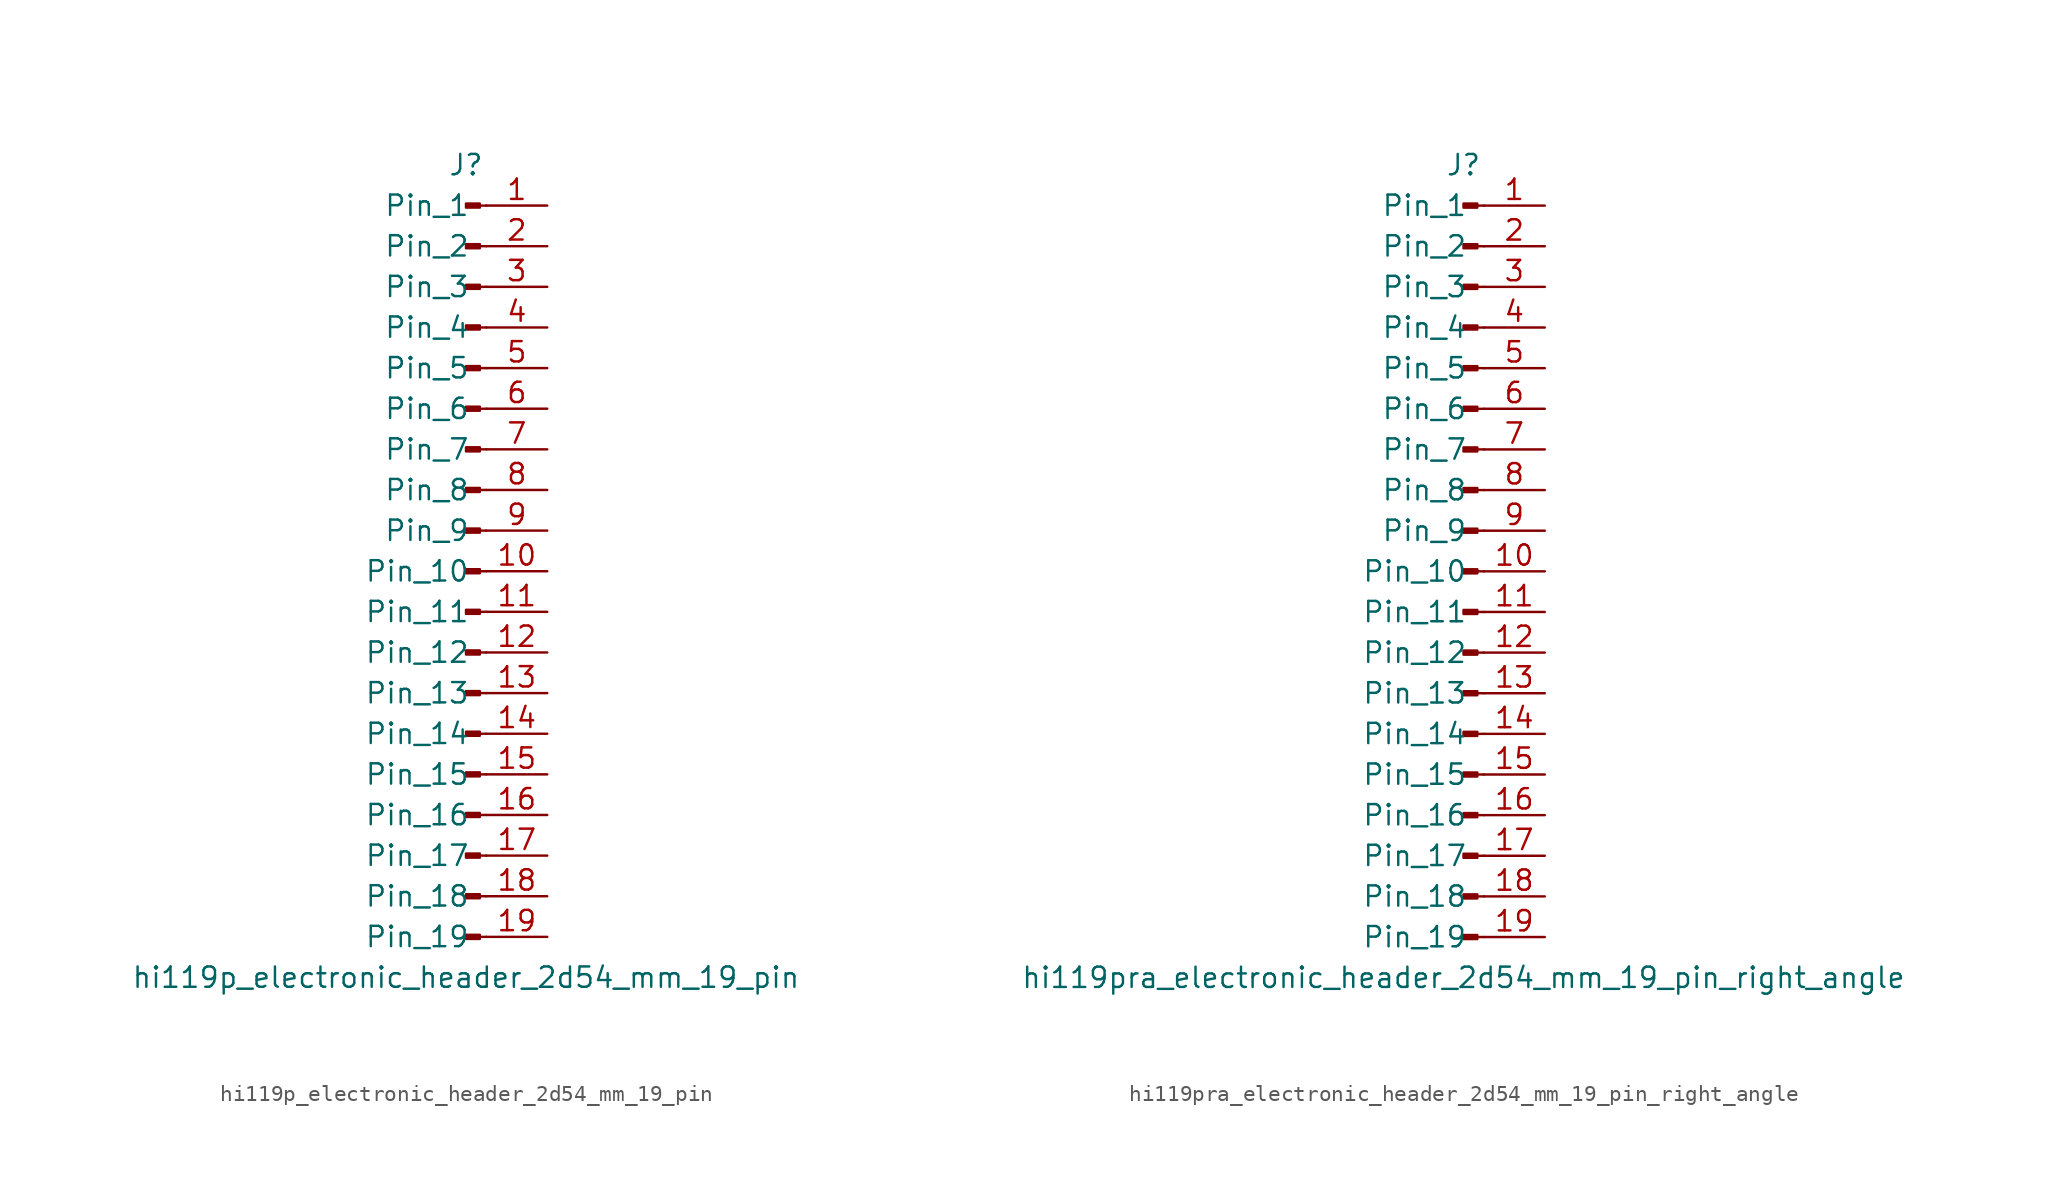
<source format=kicad_sym>
(kicad_symbol_lib
  (version 20220914)
  (generator kicad_symbol_editor)
  (symbol "hi119p_electronic_header_2d54_mm_19_pin"
    (pin_names
      (offset 1.016))
    (property "Reference" "J"
      (at 0 25.4 0)
      (effects (font (size 1.27 1.27))))
    (property "Value" "hi119p_electronic_header_2d54_mm_19_pin"
      (at 0 -25.4 0)
      (effects (font (size 1.27 1.27))))
    (property "ki_locked" ""
      (at 0 0 0)
      (effects (font (size 1.27 1.27))))
    (symbol "hi119p_electronic_header_2d54_mm_19_pin_1_1"
      (polyline (pts (xy 1.27 -22.86) (xy 0.864 -22.86)) (stroke (width 0.152) (type default)) (fill (type none)))
      (polyline (pts (xy 1.27 -20.32) (xy 0.864 -20.32)) (stroke (width 0.152) (type default)) (fill (type none)))
      (polyline (pts (xy 1.27 -17.78) (xy 0.864 -17.78)) (stroke (width 0.152) (type default)) (fill (type none)))
      (polyline (pts (xy 1.27 -15.24) (xy 0.864 -15.24)) (stroke (width 0.152) (type default)) (fill (type none)))
      (polyline (pts (xy 1.27 -12.7) (xy 0.864 -12.7)) (stroke (width 0.152) (type default)) (fill (type none)))
      (polyline (pts (xy 1.27 -10.16) (xy 0.864 -10.16)) (stroke (width 0.152) (type default)) (fill (type none)))
      (polyline (pts (xy 1.27 -7.62) (xy 0.864 -7.62)) (stroke (width 0.152) (type default)) (fill (type none)))
      (polyline (pts (xy 1.27 -5.08) (xy 0.864 -5.08)) (stroke (width 0.152) (type default)) (fill (type none)))
      (polyline (pts (xy 1.27 -2.54) (xy 0.864 -2.54)) (stroke (width 0.152) (type default)) (fill (type none)))
      (polyline (pts (xy 1.27 0) (xy 0.864 0)) (stroke (width 0.152) (type default)) (fill (type none)))
      (polyline (pts (xy 1.27 2.54) (xy 0.864 2.54)) (stroke (width 0.152) (type default)) (fill (type none)))
      (polyline (pts (xy 1.27 5.08) (xy 0.864 5.08)) (stroke (width 0.152) (type default)) (fill (type none)))
      (polyline (pts (xy 1.27 7.62) (xy 0.864 7.62)) (stroke (width 0.152) (type default)) (fill (type none)))
      (polyline (pts (xy 1.27 10.16) (xy 0.864 10.16)) (stroke (width 0.152) (type default)) (fill (type none)))
      (polyline (pts (xy 1.27 12.7) (xy 0.864 12.7)) (stroke (width 0.152) (type default)) (fill (type none)))
      (polyline (pts (xy 1.27 15.24) (xy 0.864 15.24)) (stroke (width 0.152) (type default)) (fill (type none)))
      (polyline (pts (xy 1.27 17.78) (xy 0.864 17.78)) (stroke (width 0.152) (type default)) (fill (type none)))
      (polyline (pts (xy 1.27 20.32) (xy 0.864 20.32)) (stroke (width 0.152) (type default)) (fill (type none)))
      (polyline (pts (xy 1.27 22.86) (xy 0.864 22.86)) (stroke (width 0.152) (type default)) (fill (type none)))
      (rectangle (start 0.864 -22.733) (end 0 -22.987) (stroke (width 0.152) (type default)) (fill (type outline)))
      (rectangle (start 0.864 -20.193) (end 0 -20.447) (stroke (width 0.152) (type default)) (fill (type outline)))
      (rectangle (start 0.864 -17.653) (end 0 -17.907) (stroke (width 0.152) (type default)) (fill (type outline)))
      (rectangle (start 0.864 -15.113) (end 0 -15.367) (stroke (width 0.152) (type default)) (fill (type outline)))
      (rectangle (start 0.864 -12.573) (end 0 -12.827) (stroke (width 0.152) (type default)) (fill (type outline)))
      (rectangle (start 0.864 -10.033) (end 0 -10.287) (stroke (width 0.152) (type default)) (fill (type outline)))
      (rectangle (start 0.864 -7.493) (end 0 -7.747) (stroke (width 0.152) (type default)) (fill (type outline)))
      (rectangle (start 0.864 -4.953) (end 0 -5.207) (stroke (width 0.152) (type default)) (fill (type outline)))
      (rectangle (start 0.864 -2.413) (end 0 -2.667) (stroke (width 0.152) (type default)) (fill (type outline)))
      (rectangle (start 0.864 0.127) (end 0 -0.127) (stroke (width 0.152) (type default)) (fill (type outline)))
      (rectangle (start 0.864 2.667) (end 0 2.413) (stroke (width 0.152) (type default)) (fill (type outline)))
      (rectangle (start 0.864 5.207) (end 0 4.953) (stroke (width 0.152) (type default)) (fill (type outline)))
      (rectangle (start 0.864 7.747) (end 0 7.493) (stroke (width 0.152) (type default)) (fill (type outline)))
      (rectangle (start 0.864 10.287) (end 0 10.033) (stroke (width 0.152) (type default)) (fill (type outline)))
      (rectangle (start 0.864 12.827) (end 0 12.573) (stroke (width 0.152) (type default)) (fill (type outline)))
      (rectangle (start 0.864 15.367) (end 0 15.113) (stroke (width 0.152) (type default)) (fill (type outline)))
      (rectangle (start 0.864 17.907) (end 0 17.653) (stroke (width 0.152) (type default)) (fill (type outline)))
      (rectangle (start 0.864 20.447) (end 0 20.193) (stroke (width 0.152) (type default)) (fill (type outline)))
      (rectangle (start 0.864 22.987) (end 0 22.733) (stroke (width 0.152) (type default)) (fill (type outline)))
      (pin passive line (at 5.08 22.86 180) (length 3.81) (name "Pin_1" (effects (font (size 1.27 1.27)))) (number "1" (effects (font (size 1.27 1.27)))))
      (pin passive line (at 5.08 0 180) (length 3.81) (name "Pin_10" (effects (font (size 1.27 1.27)))) (number "10" (effects (font (size 1.27 1.27)))))
      (pin passive line (at 5.08 -2.54 180) (length 3.81) (name "Pin_11" (effects (font (size 1.27 1.27)))) (number "11" (effects (font (size 1.27 1.27)))))
      (pin passive line (at 5.08 -5.08 180) (length 3.81) (name "Pin_12" (effects (font (size 1.27 1.27)))) (number "12" (effects (font (size 1.27 1.27)))))
      (pin passive line (at 5.08 -7.62 180) (length 3.81) (name "Pin_13" (effects (font (size 1.27 1.27)))) (number "13" (effects (font (size 1.27 1.27)))))
      (pin passive line (at 5.08 -10.16 180) (length 3.81) (name "Pin_14" (effects (font (size 1.27 1.27)))) (number "14" (effects (font (size 1.27 1.27)))))
      (pin passive line (at 5.08 -12.7 180) (length 3.81) (name "Pin_15" (effects (font (size 1.27 1.27)))) (number "15" (effects (font (size 1.27 1.27)))))
      (pin passive line (at 5.08 -15.24 180) (length 3.81) (name "Pin_16" (effects (font (size 1.27 1.27)))) (number "16" (effects (font (size 1.27 1.27)))))
      (pin passive line (at 5.08 -17.78 180) (length 3.81) (name "Pin_17" (effects (font (size 1.27 1.27)))) (number "17" (effects (font (size 1.27 1.27)))))
      (pin passive line (at 5.08 -20.32 180) (length 3.81) (name "Pin_18" (effects (font (size 1.27 1.27)))) (number "18" (effects (font (size 1.27 1.27)))))
      (pin passive line (at 5.08 -22.86 180) (length 3.81) (name "Pin_19" (effects (font (size 1.27 1.27)))) (number "19" (effects (font (size 1.27 1.27)))))
      (pin passive line (at 5.08 20.32 180) (length 3.81) (name "Pin_2" (effects (font (size 1.27 1.27)))) (number "2" (effects (font (size 1.27 1.27)))))
      (pin passive line (at 5.08 17.78 180) (length 3.81) (name "Pin_3" (effects (font (size 1.27 1.27)))) (number "3" (effects (font (size 1.27 1.27)))))
      (pin passive line (at 5.08 15.24 180) (length 3.81) (name "Pin_4" (effects (font (size 1.27 1.27)))) (number "4" (effects (font (size 1.27 1.27)))))
      (pin passive line (at 5.08 12.7 180) (length 3.81) (name "Pin_5" (effects (font (size 1.27 1.27)))) (number "5" (effects (font (size 1.27 1.27)))))
      (pin passive line (at 5.08 10.16 180) (length 3.81) (name "Pin_6" (effects (font (size 1.27 1.27)))) (number "6" (effects (font (size 1.27 1.27)))))
      (pin passive line (at 5.08 7.62 180) (length 3.81) (name "Pin_7" (effects (font (size 1.27 1.27)))) (number "7" (effects (font (size 1.27 1.27)))))
      (pin passive line (at 5.08 5.08 180) (length 3.81) (name "Pin_8" (effects (font (size 1.27 1.27)))) (number "8" (effects (font (size 1.27 1.27)))))
      (pin passive line (at 5.08 2.54 180) (length 3.81) (name "Pin_9" (effects (font (size 1.27 1.27)))) (number "9" (effects (font (size 1.27 1.27)))))))
  (symbol "hi119pra_electronic_header_2d54_mm_19_pin_right_angle"
    (pin_names
      (offset 1.016))
    (property "Reference" "J"
      (at 0 25.4 0)
      (effects (font (size 1.27 1.27))))
    (property "Value" "hi119pra_electronic_header_2d54_mm_19_pin_right_angle"
      (at 0 -25.4 0)
      (effects (font (size 1.27 1.27))))
    (property "ki_locked" ""
      (at 0 0 0)
      (effects (font (size 1.27 1.27))))
    (symbol "hi119pra_electronic_header_2d54_mm_19_pin_right_angle_1_1"
      (polyline (pts (xy 1.27 -22.86) (xy 0.864 -22.86)) (stroke (width 0.152) (type default)) (fill (type none)))
      (polyline (pts (xy 1.27 -20.32) (xy 0.864 -20.32)) (stroke (width 0.152) (type default)) (fill (type none)))
      (polyline (pts (xy 1.27 -17.78) (xy 0.864 -17.78)) (stroke (width 0.152) (type default)) (fill (type none)))
      (polyline (pts (xy 1.27 -15.24) (xy 0.864 -15.24)) (stroke (width 0.152) (type default)) (fill (type none)))
      (polyline (pts (xy 1.27 -12.7) (xy 0.864 -12.7)) (stroke (width 0.152) (type default)) (fill (type none)))
      (polyline (pts (xy 1.27 -10.16) (xy 0.864 -10.16)) (stroke (width 0.152) (type default)) (fill (type none)))
      (polyline (pts (xy 1.27 -7.62) (xy 0.864 -7.62)) (stroke (width 0.152) (type default)) (fill (type none)))
      (polyline (pts (xy 1.27 -5.08) (xy 0.864 -5.08)) (stroke (width 0.152) (type default)) (fill (type none)))
      (polyline (pts (xy 1.27 -2.54) (xy 0.864 -2.54)) (stroke (width 0.152) (type default)) (fill (type none)))
      (polyline (pts (xy 1.27 0) (xy 0.864 0)) (stroke (width 0.152) (type default)) (fill (type none)))
      (polyline (pts (xy 1.27 2.54) (xy 0.864 2.54)) (stroke (width 0.152) (type default)) (fill (type none)))
      (polyline (pts (xy 1.27 5.08) (xy 0.864 5.08)) (stroke (width 0.152) (type default)) (fill (type none)))
      (polyline (pts (xy 1.27 7.62) (xy 0.864 7.62)) (stroke (width 0.152) (type default)) (fill (type none)))
      (polyline (pts (xy 1.27 10.16) (xy 0.864 10.16)) (stroke (width 0.152) (type default)) (fill (type none)))
      (polyline (pts (xy 1.27 12.7) (xy 0.864 12.7)) (stroke (width 0.152) (type default)) (fill (type none)))
      (polyline (pts (xy 1.27 15.24) (xy 0.864 15.24)) (stroke (width 0.152) (type default)) (fill (type none)))
      (polyline (pts (xy 1.27 17.78) (xy 0.864 17.78)) (stroke (width 0.152) (type default)) (fill (type none)))
      (polyline (pts (xy 1.27 20.32) (xy 0.864 20.32)) (stroke (width 0.152) (type default)) (fill (type none)))
      (polyline (pts (xy 1.27 22.86) (xy 0.864 22.86)) (stroke (width 0.152) (type default)) (fill (type none)))
      (rectangle (start 0.864 -22.733) (end 0 -22.987) (stroke (width 0.152) (type default)) (fill (type outline)))
      (rectangle (start 0.864 -20.193) (end 0 -20.447) (stroke (width 0.152) (type default)) (fill (type outline)))
      (rectangle (start 0.864 -17.653) (end 0 -17.907) (stroke (width 0.152) (type default)) (fill (type outline)))
      (rectangle (start 0.864 -15.113) (end 0 -15.367) (stroke (width 0.152) (type default)) (fill (type outline)))
      (rectangle (start 0.864 -12.573) (end 0 -12.827) (stroke (width 0.152) (type default)) (fill (type outline)))
      (rectangle (start 0.864 -10.033) (end 0 -10.287) (stroke (width 0.152) (type default)) (fill (type outline)))
      (rectangle (start 0.864 -7.493) (end 0 -7.747) (stroke (width 0.152) (type default)) (fill (type outline)))
      (rectangle (start 0.864 -4.953) (end 0 -5.207) (stroke (width 0.152) (type default)) (fill (type outline)))
      (rectangle (start 0.864 -2.413) (end 0 -2.667) (stroke (width 0.152) (type default)) (fill (type outline)))
      (rectangle (start 0.864 0.127) (end 0 -0.127) (stroke (width 0.152) (type default)) (fill (type outline)))
      (rectangle (start 0.864 2.667) (end 0 2.413) (stroke (width 0.152) (type default)) (fill (type outline)))
      (rectangle (start 0.864 5.207) (end 0 4.953) (stroke (width 0.152) (type default)) (fill (type outline)))
      (rectangle (start 0.864 7.747) (end 0 7.493) (stroke (width 0.152) (type default)) (fill (type outline)))
      (rectangle (start 0.864 10.287) (end 0 10.033) (stroke (width 0.152) (type default)) (fill (type outline)))
      (rectangle (start 0.864 12.827) (end 0 12.573) (stroke (width 0.152) (type default)) (fill (type outline)))
      (rectangle (start 0.864 15.367) (end 0 15.113) (stroke (width 0.152) (type default)) (fill (type outline)))
      (rectangle (start 0.864 17.907) (end 0 17.653) (stroke (width 0.152) (type default)) (fill (type outline)))
      (rectangle (start 0.864 20.447) (end 0 20.193) (stroke (width 0.152) (type default)) (fill (type outline)))
      (rectangle (start 0.864 22.987) (end 0 22.733) (stroke (width 0.152) (type default)) (fill (type outline)))
      (pin passive line (at 5.08 22.86 180) (length 3.81) (name "Pin_1" (effects (font (size 1.27 1.27)))) (number "1" (effects (font (size 1.27 1.27)))))
      (pin passive line (at 5.08 0 180) (length 3.81) (name "Pin_10" (effects (font (size 1.27 1.27)))) (number "10" (effects (font (size 1.27 1.27)))))
      (pin passive line (at 5.08 -2.54 180) (length 3.81) (name "Pin_11" (effects (font (size 1.27 1.27)))) (number "11" (effects (font (size 1.27 1.27)))))
      (pin passive line (at 5.08 -5.08 180) (length 3.81) (name "Pin_12" (effects (font (size 1.27 1.27)))) (number "12" (effects (font (size 1.27 1.27)))))
      (pin passive line (at 5.08 -7.62 180) (length 3.81) (name "Pin_13" (effects (font (size 1.27 1.27)))) (number "13" (effects (font (size 1.27 1.27)))))
      (pin passive line (at 5.08 -10.16 180) (length 3.81) (name "Pin_14" (effects (font (size 1.27 1.27)))) (number "14" (effects (font (size 1.27 1.27)))))
      (pin passive line (at 5.08 -12.7 180) (length 3.81) (name "Pin_15" (effects (font (size 1.27 1.27)))) (number "15" (effects (font (size 1.27 1.27)))))
      (pin passive line (at 5.08 -15.24 180) (length 3.81) (name "Pin_16" (effects (font (size 1.27 1.27)))) (number "16" (effects (font (size 1.27 1.27)))))
      (pin passive line (at 5.08 -17.78 180) (length 3.81) (name "Pin_17" (effects (font (size 1.27 1.27)))) (number "17" (effects (font (size 1.27 1.27)))))
      (pin passive line (at 5.08 -20.32 180) (length 3.81) (name "Pin_18" (effects (font (size 1.27 1.27)))) (number "18" (effects (font (size 1.27 1.27)))))
      (pin passive line (at 5.08 -22.86 180) (length 3.81) (name "Pin_19" (effects (font (size 1.27 1.27)))) (number "19" (effects (font (size 1.27 1.27)))))
      (pin passive line (at 5.08 20.32 180) (length 3.81) (name "Pin_2" (effects (font (size 1.27 1.27)))) (number "2" (effects (font (size 1.27 1.27)))))
      (pin passive line (at 5.08 17.78 180) (length 3.81) (name "Pin_3" (effects (font (size 1.27 1.27)))) (number "3" (effects (font (size 1.27 1.27)))))
      (pin passive line (at 5.08 15.24 180) (length 3.81) (name "Pin_4" (effects (font (size 1.27 1.27)))) (number "4" (effects (font (size 1.27 1.27)))))
      (pin passive line (at 5.08 12.7 180) (length 3.81) (name "Pin_5" (effects (font (size 1.27 1.27)))) (number "5" (effects (font (size 1.27 1.27)))))
      (pin passive line (at 5.08 10.16 180) (length 3.81) (name "Pin_6" (effects (font (size 1.27 1.27)))) (number "6" (effects (font (size 1.27 1.27)))))
      (pin passive line (at 5.08 7.62 180) (length 3.81) (name "Pin_7" (effects (font (size 1.27 1.27)))) (number "7" (effects (font (size 1.27 1.27)))))
      (pin passive line (at 5.08 5.08 180) (length 3.81) (name "Pin_8" (effects (font (size 1.27 1.27)))) (number "8" (effects (font (size 1.27 1.27)))))
      (pin passive line (at 5.08 2.54 180) (length 3.81) (name "Pin_9" (effects (font (size 1.27 1.27)))) (number "9" (effects (font (size 1.27 1.27))))))))
</source>
